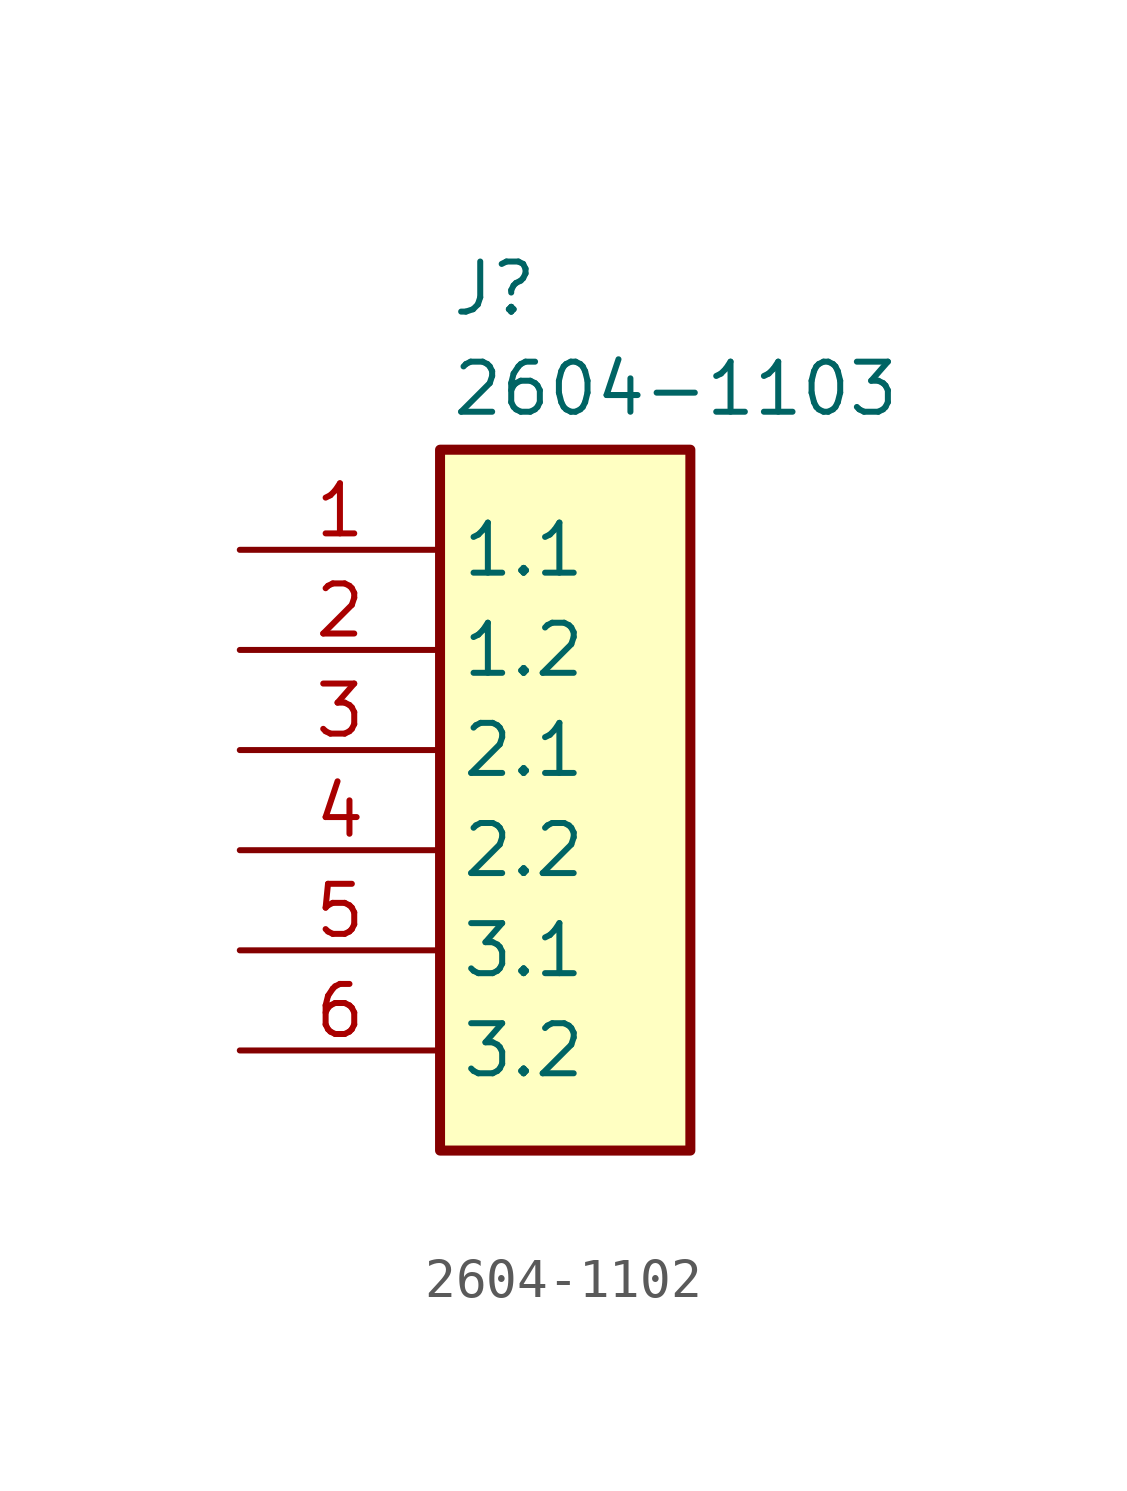
<source format=kicad_sym>
(kicad_symbol_lib
  (version 20231120)
  (generator "kicad_symbol_editor")
  (generator_version "8.0")
  (symbol "2604-1102"
    (property "Reference" "J"
      (at 5.334 7.366 0)
      (effects (font (size 1.27 1.27)) (justify left top)))
    (property "Value" "2604-1103"
      (at 5.334 4.826 0)
      (effects (font (size 1.27 1.27)) (justify left top)))
    (symbol "2604-1102_1_1"
      (rectangle (start 5.08 2.54) (end 11.43 -15.24) (stroke (width 0.254) (type default)) (fill (type background)))
      (pin passive line (at 0 0 0) (length 5.08) (name "1.1" (effects (font (size 1.27 1.27)))) (number "1" (effects (font (size 1.27 1.27)))))
      (pin passive line (at 0 -2.54 0) (length 5.08) (name "1.2" (effects (font (size 1.27 1.27)))) (number "2" (effects (font (size 1.27 1.27)))))
      (pin passive line (at 0 -5.08 0) (length 5.08) (name "2.1" (effects (font (size 1.27 1.27)))) (number "3" (effects (font (size 1.27 1.27)))))
      (pin passive line (at 0 -7.62 0) (length 5.08) (name "2.2" (effects (font (size 1.27 1.27)))) (number "4" (effects (font (size 1.27 1.27)))))
      (pin passive line (at 0 -10.16 0) (length 5.08) (name "3.1" (effects (font (size 1.27 1.27)))) (number "5" (effects (font (size 1.27 1.27)))))
      (pin passive line (at 0 -12.7 0) (length 5.08) (name "3.2" (effects (font (size 1.27 1.27)))) (number "6" (effects (font (size 1.27 1.27))))))))
</source>
